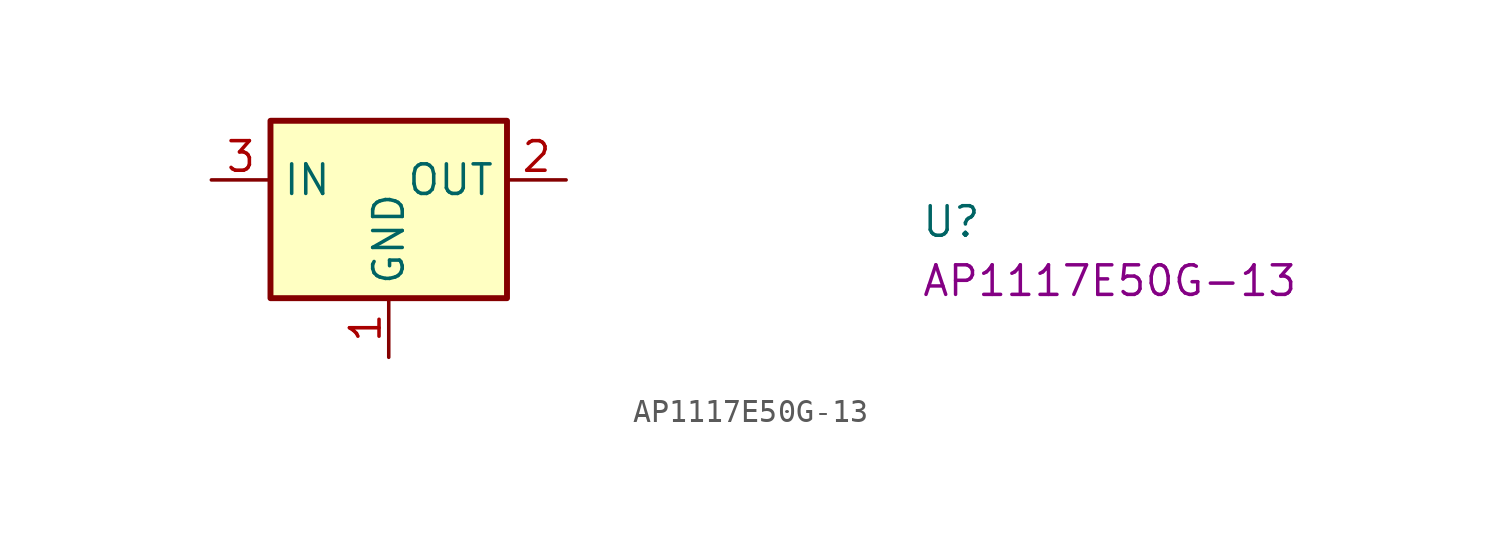
<source format=kicad_sym>
(kicad_symbol_lib
  (version 20220914)
  (generator kicad_symbol_editor)
  (symbol "AP1117E50G-13"
    (property "Reference" "U"
      (at 30.48 -2.54 0)
      (effects (font (size 1.27 1.27) (thickness 0.15)) (justify left bottom)))
    (property "MPN" "AP1117E50G-13"
      (at 30.48 -5.08 0)
      (effects (font (size 1.27 1.27) (thickness 0.15)) (justify left bottom)))
    (symbol "AP1117E50G-13_1_1"
      (rectangle (start 2.54 2.54) (end 12.7 -5.08) (stroke (width 0.254) (type default)) (fill (type background)))
      (pin power_in line (at 7.62 -7.62 90) (length 2.54) (name "GND" (effects (font (size 1.27 1.27)))) (number "1" (effects (font (size 1.27 1.27)))) (alternate "ADJ" passive line))
      (pin power_out line (at 15.24 0 180) (length 2.54) (name "OUT" (effects (font (size 1.27 1.27)))) (number "2" (effects (font (size 1.27 1.27)))))
      (pin power_in line (at 0 0 0) (length 2.54) (name "IN" (effects (font (size 1.27 1.27)))) (number "3" (effects (font (size 1.27 1.27)))))
      (pin passive line (at 15.24 0 180) (length 2.54) hide (name "OUT" (effects (font (size 1.27 1.27)))) (number "4" (effects (font (size 1.27 1.27))))))))
</source>
